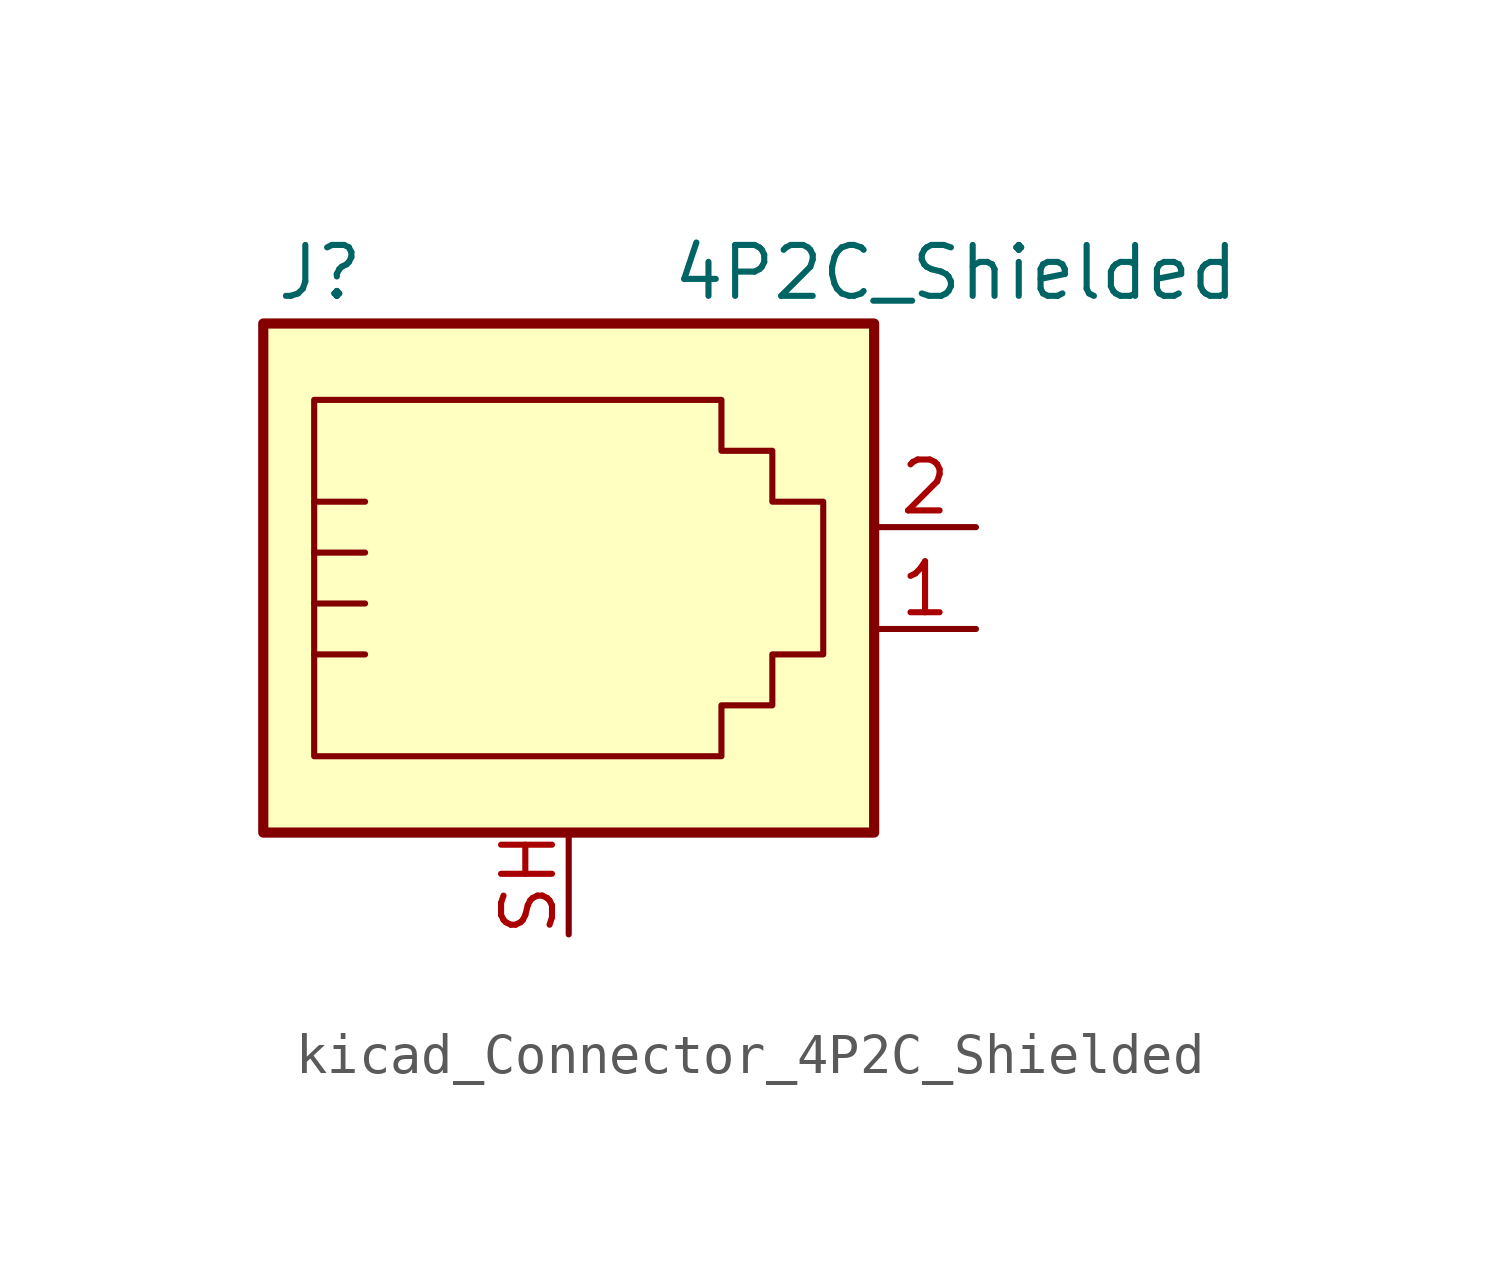
<source format=kicad_sym>
(kicad_symbol_lib
  (version 20220914)
  (generator kicad_symbol_editor)
  (symbol "kicad_Connector_4P2C_Shielded"
    (pin_names
      (offset 1.016))
    (property "Reference" "J"
      (at -5.08 8.89 0)
      (effects (font (size 1.27 1.27)) (justify right)))
    (property "Value" "4P2C_Shielded"
      (at 2.54 8.89 0)
      (effects (font (size 1.27 1.27)) (justify left)))
    (symbol "kicad_Connector_4P2C_Shielded_0_1"
      (polyline (pts (xy -6.35 -0.635) (xy -5.08 -0.635) (xy -5.08 -0.635)) (stroke (width 0) (type default)) (fill (type none)))
      (polyline (pts (xy -6.35 0.635) (xy -5.08 0.635) (xy -5.08 0.635)) (stroke (width 0) (type default)) (fill (type none)))
      (polyline (pts (xy -6.35 1.905) (xy -5.08 1.905) (xy -5.08 1.905)) (stroke (width 0) (type default)) (fill (type none)))
      (polyline (pts (xy -6.35 3.175) (xy -5.08 3.175) (xy -5.08 3.175)) (stroke (width 0) (type default)) (fill (type none)))
      (polyline (pts (xy -6.35 -3.175) (xy -6.35 5.715) (xy -1.27 5.715) (xy 3.81 5.715) (xy 3.81 4.445) (xy 5.08 4.445) (xy 5.08 3.175) (xy 6.35 3.175) (xy 6.35 -0.635) (xy 5.08 -0.635) (xy 5.08 -1.905) (xy 3.81 -1.905) (xy 3.81 -3.175) (xy -6.35 -3.175) (xy -6.35 -3.175)) (stroke (width 0) (type default)) (fill (type none)))
      (rectangle (start 7.62 7.62) (end -7.62 -5.08) (stroke (width 0.254) (type default)) (fill (type background))))
    (symbol "kicad_Connector_4P2C_Shielded_1_1"
      (pin passive line (at 10.16 0 180) (length 2.54) (name "~" (effects (font (size 1.27 1.27)))) (number "1" (effects (font (size 1.27 1.27)))))
      (pin passive line (at 10.16 2.54 180) (length 2.54) (name "~" (effects (font (size 1.27 1.27)))) (number "2" (effects (font (size 1.27 1.27)))))
      (pin passive line (at 0 -7.62 90) (length 2.54) (name "~" (effects (font (size 1.27 1.27)))) (number "SH" (effects (font (size 1.27 1.27))))))))
</source>
